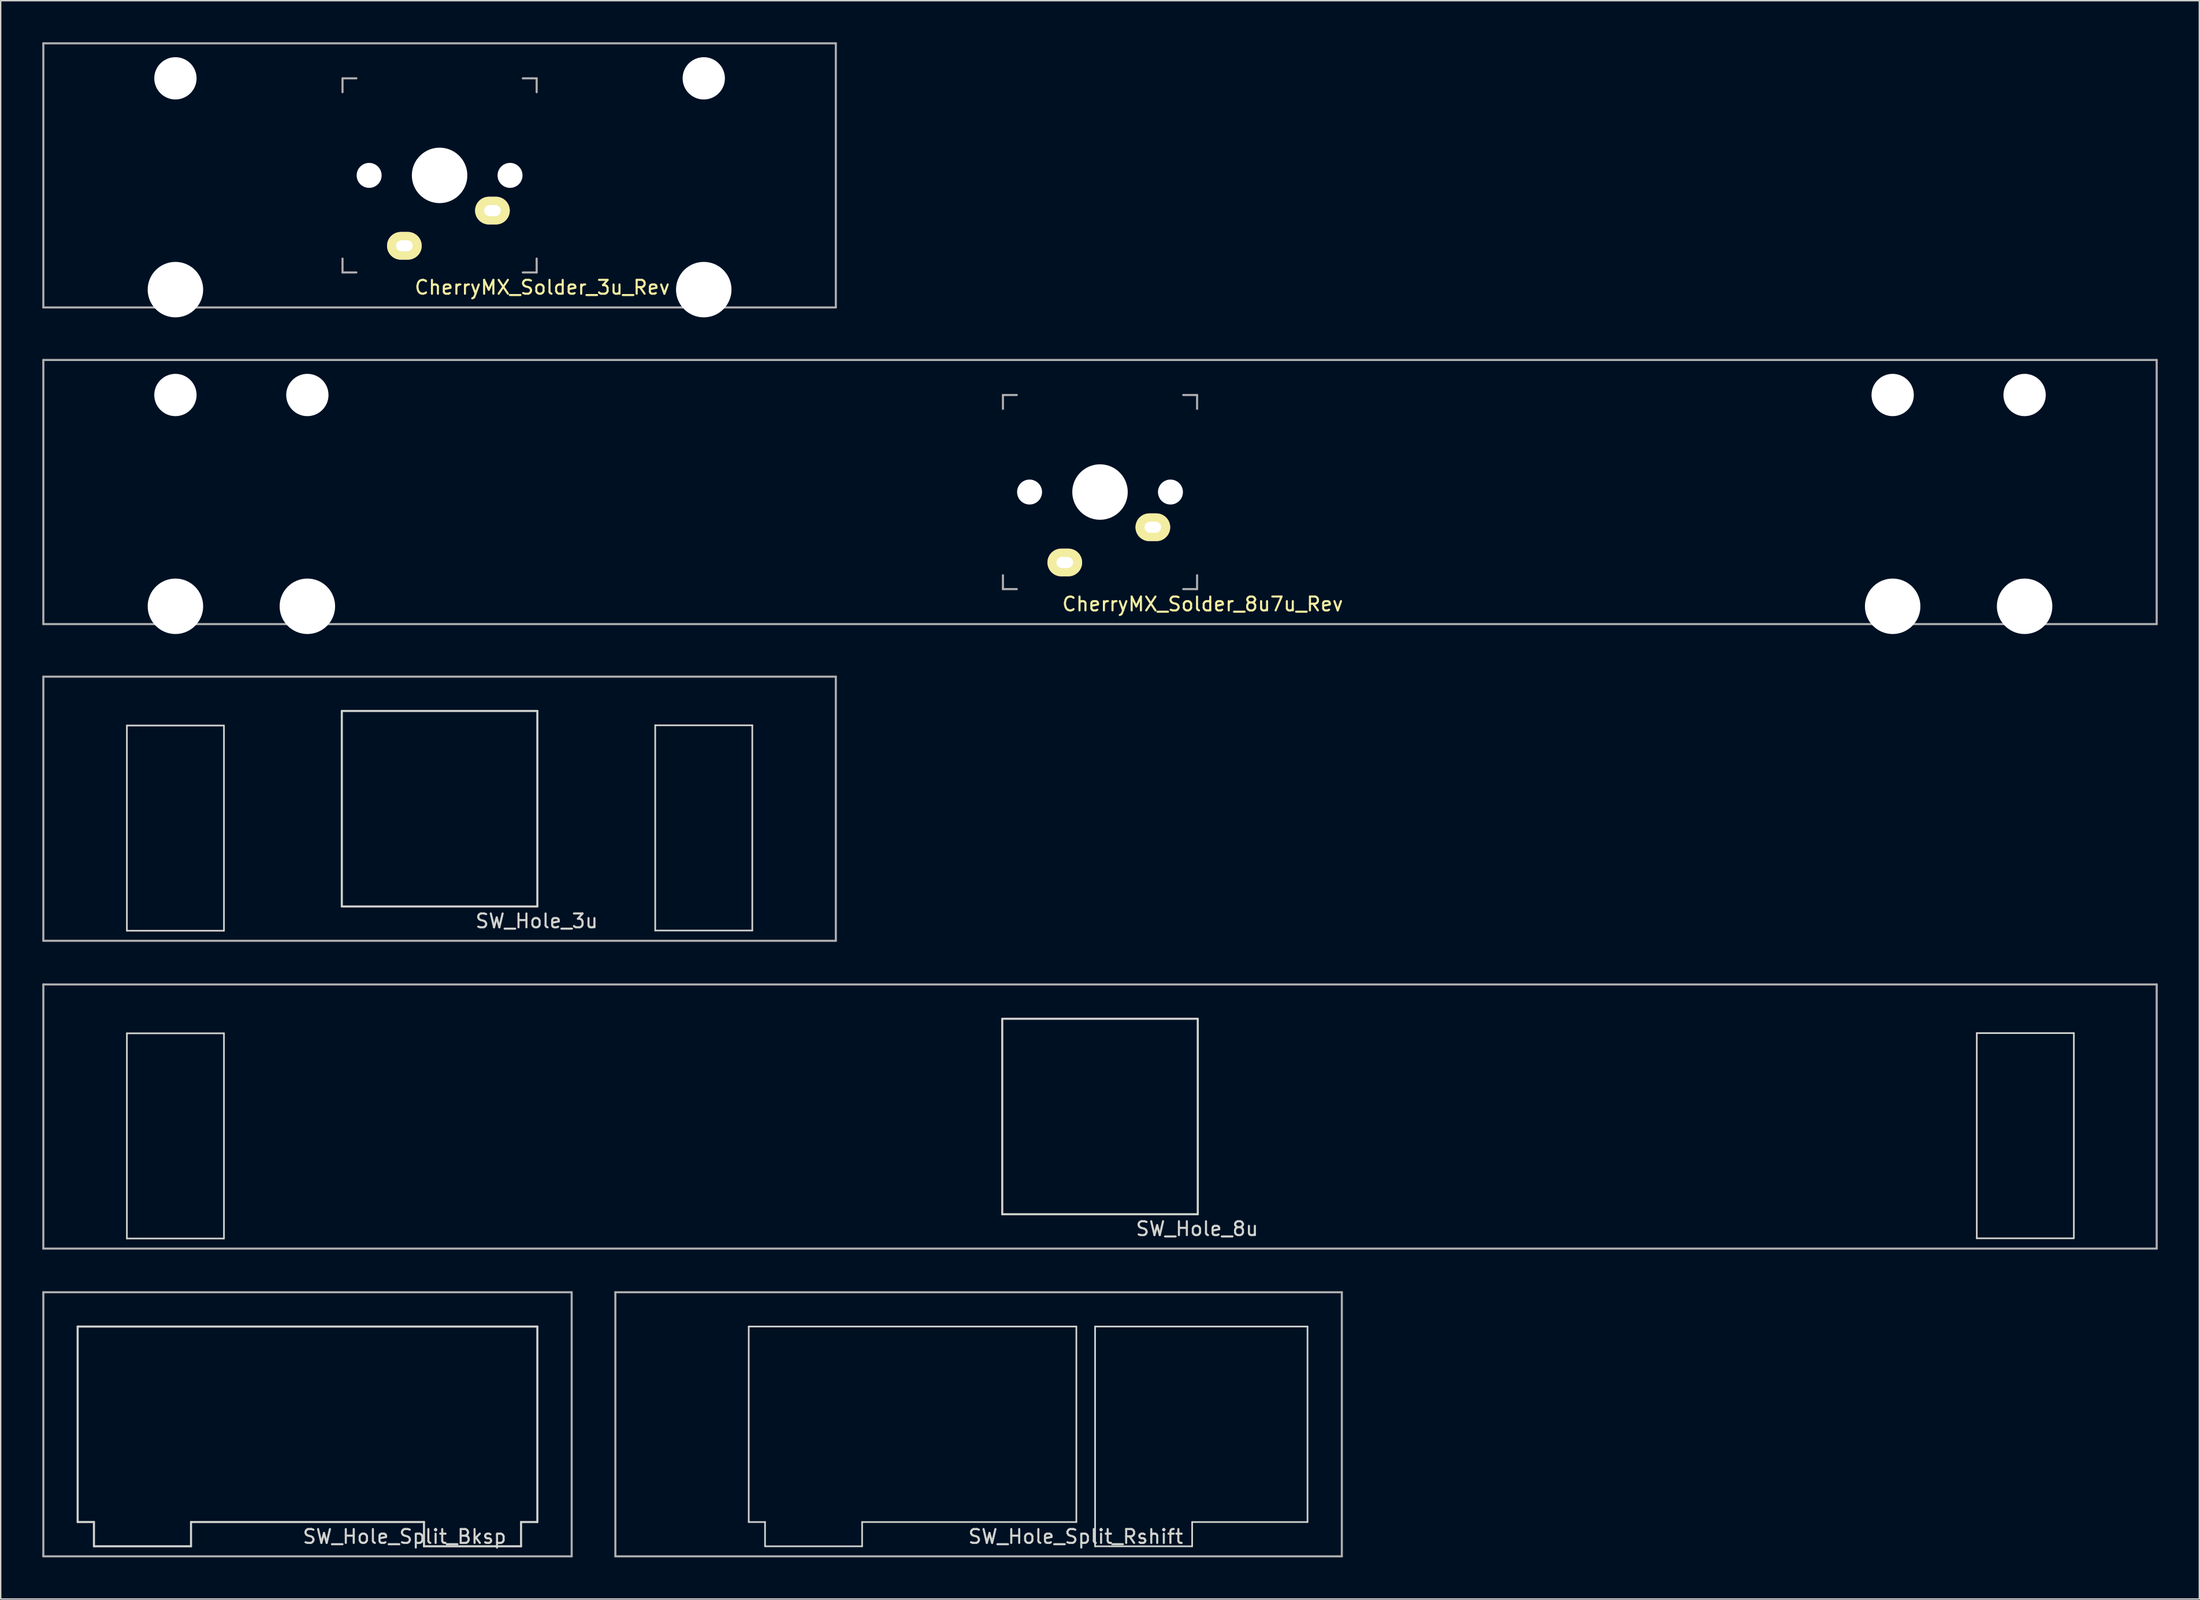
<source format=kicad_pcb>
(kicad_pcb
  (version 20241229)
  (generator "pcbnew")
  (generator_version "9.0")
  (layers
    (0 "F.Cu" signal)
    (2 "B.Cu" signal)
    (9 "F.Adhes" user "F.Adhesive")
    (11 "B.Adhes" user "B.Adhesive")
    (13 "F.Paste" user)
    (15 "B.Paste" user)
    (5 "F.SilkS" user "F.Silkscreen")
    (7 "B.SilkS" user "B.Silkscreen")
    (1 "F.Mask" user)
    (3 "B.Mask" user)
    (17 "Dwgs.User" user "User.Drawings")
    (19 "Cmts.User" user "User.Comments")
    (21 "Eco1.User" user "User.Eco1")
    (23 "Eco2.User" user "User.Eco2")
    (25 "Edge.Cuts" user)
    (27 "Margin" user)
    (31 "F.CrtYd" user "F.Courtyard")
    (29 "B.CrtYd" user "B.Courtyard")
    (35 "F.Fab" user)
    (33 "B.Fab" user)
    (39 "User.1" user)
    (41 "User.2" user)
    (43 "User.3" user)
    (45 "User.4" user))
  (footprint "SW_Hole_Split_Bksp"
    (layer "F.Cu")
    (at 19.125 99.68)
    (property "Reference" "SW_Hole_Split_Bksp" (at 7 8.1 0) (layer "Edge.Cuts") (effects (font (size 1 1) (thickness 0.15))))
    (attr through_hole)
    (fp_line (start -16.575 -7.05) (end 16.575 -7.05) (stroke (width 0.15) (type solid)) (layer "Edge.Cuts"))
    (fp_line (start -16.575 7.05) (end -16.575 -7.05) (stroke (width 0.15) (type solid)) (layer "Edge.Cuts"))
    (fp_line (start -16.575 7.05) (end -15.4 7.05) (stroke (width 0.15) (type solid)) (layer "Edge.Cuts"))
    (fp_line (start -15.4 7.05) (end -15.4 8.8) (stroke (width 0.15) (type solid)) (layer "Edge.Cuts"))
    (fp_line (start -8.4 7.05) (end -8.4 8.8) (stroke (width 0.15) (type solid)) (layer "Edge.Cuts"))
    (fp_line (start -8.4 8.8) (end -15.4 8.8) (stroke (width 0.15) (type solid)) (layer "Edge.Cuts"))
    (fp_line (start 8.4 7.05) (end -8.4 7.05) (stroke (width 0.15) (type solid)) (layer "Edge.Cuts"))
    (fp_line (start 8.4 7.05) (end 8.4 8.8) (stroke (width 0.15) (type solid)) (layer "Edge.Cuts"))
    (fp_line (start 8.4 8.8) (end 15.4 8.8) (stroke (width 0.15) (type solid)) (layer "Edge.Cuts"))
    (fp_line (start 15.4 7.05) (end 15.4 8.8) (stroke (width 0.15) (type solid)) (layer "Edge.Cuts"))
    (fp_line (start 16.575 -7.05) (end 16.575 7.05) (stroke (width 0.15) (type solid)) (layer "Edge.Cuts"))
    (fp_line (start 16.575 7.05) (end 15.4 7.05) (stroke (width 0.15) (type solid)) (layer "Edge.Cuts"))
    (fp_line (start -19.05 -9.525) (end -19.05 9.525) (stroke (width 0.15) (type solid)) (layer "F.Fab"))
    (fp_line (start -19.05 9.525) (end 19.05 9.525) (stroke (width 0.15) (type solid)) (layer "F.Fab"))
    (fp_line (start 19.05 -9.525) (end -19.05 -9.525) (stroke (width 0.15) (type solid)) (layer "F.Fab"))
    (fp_line (start 19.05 9.525) (end 19.05 -9.525) (stroke (width 0.15) (type solid)) (layer "F.Fab")))
  (footprint "SW_Hole_Split_Rshift"
    (layer "F.Cu")
    (at 67.519 99.68)
    (property "Reference" "SW_Hole_Split_Rshift" (at 7 8.1 0) (layer "Edge.Cuts") (effects (font (size 1 1) (thickness 0.15))))
    (attr through_hole)
    (fp_line (start -16.575 -7.05) (end 7.05 -7.05) (stroke (width 0.12) (type solid)) (layer "Edge.Cuts"))
    (fp_line (start -16.575 7.05) (end -16.575 -7.05) (stroke (width 0.12) (type solid)) (layer "Edge.Cuts"))
    (fp_line (start -15.4 7.05) (end -16.575 7.05) (stroke (width 0.12) (type solid)) (layer "Edge.Cuts"))
    (fp_line (start -15.4 7.05) (end -15.4 8.8) (stroke (width 0.12) (type solid)) (layer "Edge.Cuts"))
    (fp_line (start -8.4 7.05) (end -8.4 8.8) (stroke (width 0.12) (type solid)) (layer "Edge.Cuts"))
    (fp_line (start -8.4 8.8) (end -15.4 8.8) (stroke (width 0.12) (type solid)) (layer "Edge.Cuts"))
    (fp_line (start 7.05 -7.05) (end 7.05 7.05) (stroke (width 0.12) (type solid)) (layer "Edge.Cuts"))
    (fp_line (start 7.05 7.05) (end -8.4 7.05) (stroke (width 0.12) (type solid)) (layer "Edge.Cuts"))
    (fp_line (start 8.4 -7.05) (end 8.4 8.8) (stroke (width 0.12) (type solid)) (layer "Edge.Cuts"))
    (fp_line (start 8.4 -7.05) (end 23.719 -7.05) (stroke (width 0.12) (type solid)) (layer "Edge.Cuts"))
    (fp_line (start 8.4 8.8) (end 15.4 8.8) (stroke (width 0.12) (type solid)) (layer "Edge.Cuts"))
    (fp_line (start 15.4 7.05) (end 15.4 8.8) (stroke (width 0.12) (type solid)) (layer "Edge.Cuts"))
    (fp_line (start 15.4 7.05) (end 23.719 7.05) (stroke (width 0.12) (type solid)) (layer "Edge.Cuts"))
    (fp_line (start 23.719 -7.05) (end 23.719 7.05) (stroke (width 0.12) (type solid)) (layer "Edge.Cuts"))
    (fp_line (start -26.194 -9.525) (end -26.194 9.525) (stroke (width 0.15) (type solid)) (layer "F.Fab"))
    (fp_line (start -26.194 9.525) (end 26.194 9.525) (stroke (width 0.15) (type solid)) (layer "F.Fab"))
    (fp_line (start 26.194 -9.525) (end -26.194 -9.525) (stroke (width 0.15) (type solid)) (layer "F.Fab"))
    (fp_line (start 26.194 9.525) (end 26.194 -9.525) (stroke (width 0.15) (type solid)) (layer "F.Fab")))
  (footprint "SW_Hole_3u"
    (layer "F.Cu")
    (at 28.65 55.28)
    (property "Reference" "SW_Hole_3u" (at 7 8.1 0) (layer "Edge.Cuts") (effects (font (size 1 1) (thickness 0.15))))
    (attr through_hole)
    (fp_line (start -22.55 -6) (end -15.55 -6) (stroke (width 0.12) (type solid)) (layer "Edge.Cuts"))
    (fp_line (start -22.55 8.8) (end -22.55 -6) (stroke (width 0.12) (type solid)) (layer "Edge.Cuts"))
    (fp_line (start -15.55 -6) (end -15.55 8.8) (stroke (width 0.12) (type solid)) (layer "Edge.Cuts"))
    (fp_line (start -15.55 8.8) (end -22.55 8.8) (stroke (width 0.12) (type solid)) (layer "Edge.Cuts"))
    (fp_line (start -7.05 -7.05) (end 7.05 -7.05) (stroke (width 0.15) (type solid)) (layer "Edge.Cuts"))
    (fp_line (start -7.05 7.05) (end -7.05 -7.05) (stroke (width 0.15) (type solid)) (layer "Edge.Cuts"))
    (fp_line (start 7.05 -7.05) (end 7.05 7.05) (stroke (width 0.15) (type solid)) (layer "Edge.Cuts"))
    (fp_line (start 7.05 7.05) (end -7.05 7.05) (stroke (width 0.15) (type solid)) (layer "Edge.Cuts"))
    (fp_line (start 15.55 -6.015) (end 15.55 8.785) (stroke (width 0.12) (type solid)) (layer "Edge.Cuts"))
    (fp_line (start 15.55 8.785) (end 22.55 8.785) (stroke (width 0.12) (type solid)) (layer "Edge.Cuts"))
    (fp_line (start 22.55 -6.015) (end 15.55 -6.015) (stroke (width 0.12) (type solid)) (layer "Edge.Cuts"))
    (fp_line (start 22.55 8.785) (end 22.55 -6.015) (stroke (width 0.12) (type solid)) (layer "Edge.Cuts"))
    (fp_line (start -28.575 -9.525) (end -28.575 9.525) (stroke (width 0.15) (type solid)) (layer "F.Fab"))
    (fp_line (start -28.575 9.525) (end 28.575 9.525) (stroke (width 0.15) (type solid)) (layer "F.Fab"))
    (fp_line (start 28.575 -9.525) (end -28.575 -9.525) (stroke (width 0.15) (type solid)) (layer "F.Fab"))
    (fp_line (start 28.575 9.525) (end 28.575 -9.525) (stroke (width 0.15) (type solid)) (layer "F.Fab")))
  (footprint "CherryMX_Solder_3u_Rev"
    (layer "F.Cu")
    (at 28.65 9.6)
    (property "Reference" "CherryMX_Solder_3u_Rev" (at 7.402 8.08 0) (layer "F.SilkS") (effects (font (size 1 1) (thickness 0.15))))
    (attr smd)
    (fp_line (start -28.575 -9.525) (end -28.575 9.525) (stroke (width 0.15) (type solid)) (layer "F.Fab"))
    (fp_line (start -7 -7) (end -6 -7) (stroke (width 0.15) (type solid)) (layer "F.Fab"))
    (fp_line (start -7 -6) (end -7 -7) (stroke (width 0.15) (type solid)) (layer "F.Fab"))
    (fp_line (start -7 7) (end -7 6) (stroke (width 0.15) (type solid)) (layer "F.Fab"))
    (fp_line (start -6 7) (end -7 7) (stroke (width 0.15) (type solid)) (layer "F.Fab"))
    (fp_line (start 6 -7) (end 7 -7) (stroke (width 0.15) (type solid)) (layer "F.Fab"))
    (fp_line (start 7 -7) (end 7 -6) (stroke (width 0.15) (type solid)) (layer "F.Fab"))
    (fp_line (start 7 6) (end 7 7) (stroke (width 0.15) (type solid)) (layer "F.Fab"))
    (fp_line (start 7 7) (end 6 7) (stroke (width 0.15) (type solid)) (layer "F.Fab"))
    (fp_line (start 28.575 -9.525) (end -28.575 -9.525) (stroke (width 0.15) (type solid)) (layer "F.Fab"))
    (fp_line (start 28.575 9.525) (end -28.575 9.525) (stroke (width 0.15) (type solid)) (layer "F.Fab"))
    (fp_line (start 28.575 9.525) (end 28.575 -9.525) (stroke (width 0.15) (type solid)) (layer "F.Fab"))
    (pad "" np_thru_hole circle (at -19.05 -7 180) (size 3.05 3.05) (drill 3.05) (layers "*.Cu" "*.Mask"))
    (pad "" np_thru_hole circle (at -19.05 8.24 180) (size 4 4) (drill 4) (layers "*.Cu" "*.Mask"))
    (pad "" np_thru_hole circle (at -5.08 0 180) (size 1.8 1.8) (drill 1.8) (layers "*.Cu" "*.Mask"))
    (pad "" np_thru_hole circle (at 0 0 270) (size 4 4) (drill 4) (layers "*.Cu" "*.Mask"))
    (pad "" np_thru_hole circle (at 5.08 0 180) (size 1.8 1.8) (drill 1.8) (layers "*.Cu" "*.Mask"))
    (pad "" np_thru_hole circle (at 19.05 -7 180) (size 3.05 3.05) (drill 3.05) (layers "*.Cu" "*.Mask"))
    (pad "" np_thru_hole circle (at 19.05 8.24 180) (size 4 4) (drill 4) (layers "*.Cu" "*.Mask"))
    (pad "1" thru_hole oval (at 3.81 2.54) (size 2.5 2) (drill oval 1.2 0.8) (layers "*.Cu" "B.Mask" "F.SilkS"))
    (pad "2" thru_hole oval (at -2.54 5.08) (size 2.5 2) (drill oval 1.2 0.8) (layers "*.Cu" "B.Mask" "F.SilkS")))
  (footprint "CherryMX_Solder_8u7u_Rev"
    (layer "F.Cu")
    (at 76.275 32.44)
    (property "Reference" "CherryMX_Solder_8u7u_Rev" (at 7.402 8.08 0) (layer "F.SilkS") (effects (font (size 1 1) (thickness 0.15))))
    (attr smd)
    (fp_line (start -76.2 -9.525) (end -76.2 9.525) (stroke (width 0.15) (type solid)) (layer "F.Fab"))
    (fp_line (start -7 -7) (end -6 -7) (stroke (width 0.15) (type solid)) (layer "F.Fab"))
    (fp_line (start -7 -6) (end -7 -7) (stroke (width 0.15) (type solid)) (layer "F.Fab"))
    (fp_line (start -7 7) (end -7 6) (stroke (width 0.15) (type solid)) (layer "F.Fab"))
    (fp_line (start -6 7) (end -7 7) (stroke (width 0.15) (type solid)) (layer "F.Fab"))
    (fp_line (start 6 -7) (end 7 -7) (stroke (width 0.15) (type solid)) (layer "F.Fab"))
    (fp_line (start 7 -7) (end 7 -6) (stroke (width 0.15) (type solid)) (layer "F.Fab"))
    (fp_line (start 7 6) (end 7 7) (stroke (width 0.15) (type solid)) (layer "F.Fab"))
    (fp_line (start 7 7) (end 6 7) (stroke (width 0.15) (type solid)) (layer "F.Fab"))
    (fp_line (start 76.2 -9.525) (end -76.2 -9.525) (stroke (width 0.15) (type solid)) (layer "F.Fab"))
    (fp_line (start 76.2 9.525) (end -76.2 9.525) (stroke (width 0.15) (type solid)) (layer "F.Fab"))
    (fp_line (start 76.2 9.525) (end 76.2 -9.525) (stroke (width 0.15) (type solid)) (layer "F.Fab"))
    (pad "" np_thru_hole circle (at -66.675 -7 180) (size 3.05 3.05) (drill 3.05) (layers "*.Cu" "*.Mask"))
    (pad "" np_thru_hole circle (at -66.675 8.24 180) (size 4 4) (drill 4) (layers "*.Cu" "*.Mask"))
    (pad "" np_thru_hole circle (at -57.16 -7 180) (size 3.05 3.05) (drill 3.05) (layers "*.Cu" "*.Mask"))
    (pad "" np_thru_hole circle (at -57.16 8.24 180) (size 4 4) (drill 4) (layers "*.Cu" "*.Mask"))
    (pad "" np_thru_hole circle (at -5.08 0 180) (size 1.8 1.8) (drill 1.8) (layers "*.Cu" "*.Mask"))
    (pad "" np_thru_hole circle (at 0 0 270) (size 4 4) (drill 4) (layers "*.Cu" "*.Mask"))
    (pad "" np_thru_hole circle (at 5.08 0 180) (size 1.8 1.8) (drill 1.8) (layers "*.Cu" "*.Mask"))
    (pad "" np_thru_hole circle (at 57.16 -7 180) (size 3.05 3.05) (drill 3.05) (layers "*.Cu" "*.Mask"))
    (pad "" np_thru_hole circle (at 57.16 8.24 180) (size 4 4) (drill 4) (layers "*.Cu" "*.Mask"))
    (pad "" np_thru_hole circle (at 66.675 -7 180) (size 3.05 3.05) (drill 3.05) (layers "*.Cu" "*.Mask"))
    (pad "" np_thru_hole circle (at 66.675 8.24 180) (size 4 4) (drill 4) (layers "*.Cu" "*.Mask"))
    (pad "1" thru_hole oval (at 3.81 2.54) (size 2.5 2) (drill oval 1.2 0.8) (layers "*.Cu" "B.Mask" "F.SilkS"))
    (pad "2" thru_hole oval (at -2.54 5.08) (size 2.5 2) (drill oval 1.2 0.8) (layers "*.Cu" "B.Mask" "F.SilkS")))
  (footprint "SW_Hole_8u"
    (layer "F.Cu")
    (at 76.275 77.48)
    (property "Reference" "SW_Hole_8u" (at 7 8.1 0) (layer "Edge.Cuts") (effects (font (size 1 1) (thickness 0.15))))
    (attr through_hole)
    (fp_line (start -70.175 -6) (end -63.175 -6) (stroke (width 0.12) (type solid)) (layer "Edge.Cuts"))
    (fp_line (start -70.175 8.8) (end -70.175 -6) (stroke (width 0.12) (type solid)) (layer "Edge.Cuts"))
    (fp_line (start -63.175 -6) (end -63.175 8.8) (stroke (width 0.12) (type solid)) (layer "Edge.Cuts"))
    (fp_line (start -63.175 8.8) (end -70.175 8.8) (stroke (width 0.12) (type solid)) (layer "Edge.Cuts"))
    (fp_line (start -7.05 -7.05) (end 7.05 -7.05) (stroke (width 0.15) (type solid)) (layer "Edge.Cuts"))
    (fp_line (start -7.05 7.05) (end -7.05 -7.05) (stroke (width 0.15) (type solid)) (layer "Edge.Cuts"))
    (fp_line (start 7.05 -7.05) (end 7.05 7.05) (stroke (width 0.15) (type solid)) (layer "Edge.Cuts"))
    (fp_line (start 7.05 7.05) (end -7.05 7.05) (stroke (width 0.15) (type solid)) (layer "Edge.Cuts"))
    (fp_line (start 63.227 -6.015) (end 63.227 8.785) (stroke (width 0.12) (type solid)) (layer "Edge.Cuts"))
    (fp_line (start 63.227 8.785) (end 70.227 8.785) (stroke (width 0.12) (type solid)) (layer "Edge.Cuts"))
    (fp_line (start 70.227 -6.015) (end 63.227 -6.015) (stroke (width 0.12) (type solid)) (layer "Edge.Cuts"))
    (fp_line (start 70.227 8.785) (end 70.227 -6.015) (stroke (width 0.12) (type solid)) (layer "Edge.Cuts"))
    (fp_line (start -76.2 -9.525) (end -76.2 9.525) (stroke (width 0.15) (type solid)) (layer "F.Fab"))
    (fp_line (start -76.2 9.525) (end 76.2 9.525) (stroke (width 0.15) (type solid)) (layer "F.Fab"))
    (fp_line (start 76.2 -9.525) (end -76.2 -9.525) (stroke (width 0.15) (type solid)) (layer "F.Fab"))
    (fp_line (start 76.2 9.525) (end 76.2 -9.525) (stroke (width 0.15) (type solid)) (layer "F.Fab")))
  (gr_rect
    (start -3 -3)
    (end 155.55 112.28)
    (stroke (width 0.1) (type default))
    (fill no)
    (layer "Edge.Cuts")))
</source>
